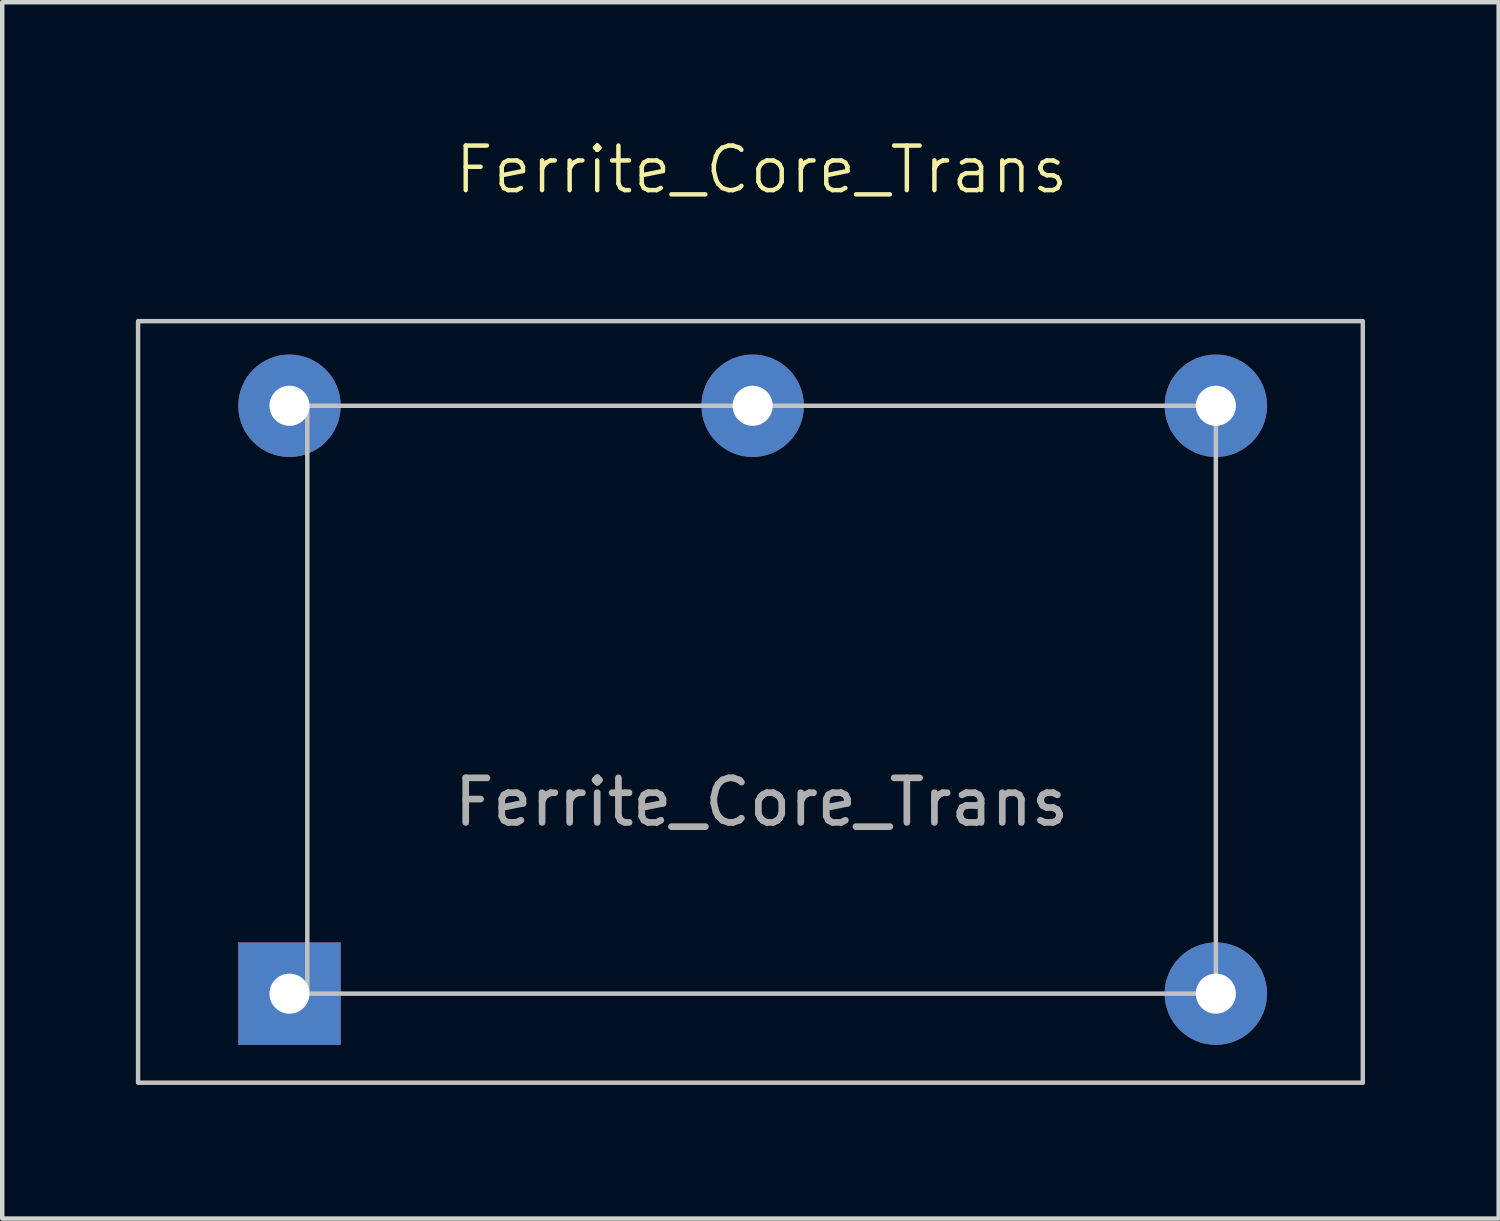
<source format=kicad_pcb>
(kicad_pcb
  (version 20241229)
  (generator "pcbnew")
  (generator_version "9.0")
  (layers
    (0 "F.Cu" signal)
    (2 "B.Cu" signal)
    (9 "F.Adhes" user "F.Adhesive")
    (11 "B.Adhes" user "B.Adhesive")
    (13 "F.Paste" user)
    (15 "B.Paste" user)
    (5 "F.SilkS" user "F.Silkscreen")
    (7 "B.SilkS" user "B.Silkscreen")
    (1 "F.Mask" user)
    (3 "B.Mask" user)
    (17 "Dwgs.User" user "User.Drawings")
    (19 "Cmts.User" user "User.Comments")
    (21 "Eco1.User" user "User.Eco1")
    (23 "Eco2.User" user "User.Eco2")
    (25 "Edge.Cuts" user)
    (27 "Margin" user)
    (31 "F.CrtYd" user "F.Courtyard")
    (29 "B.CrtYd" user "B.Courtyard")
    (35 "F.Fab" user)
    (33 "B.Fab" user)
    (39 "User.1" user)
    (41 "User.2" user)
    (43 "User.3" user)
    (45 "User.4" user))
  (footprint "Ferrite_Core_Trans"
    (layer "F.Cu")
    (at 14.05 12.861)
    (property "Reference" "Ferrite_Core_Trans" (at 0 -12.1 0) (unlocked yes) (layer "F.SilkS") (effects (font (size 1 1) (thickness 0.1))))
    (attr through_hole)
    (fp_rect (start -14 -8.7) (end 13.5 8.4) (stroke (width 0.1) (type default)) (fill no) (layer "Dwgs.User"))
    (fp_rect (start -10.2 -6.8) (end 10.2 6.4) (stroke (width 0.1) (type default)) (fill no) (layer "Dwgs.User"))
    (fp_text user "${REFERENCE}" (at 0 2.1 0) (layer "F.Fab") (effects (font (size 1 1) (thickness 0.15))))
    (pad "1" thru_hole rect (at -10.6 6.4) (size 2.3 2.3) (drill 0.9) (layers "*.Cu" "*.Mask"))
    (pad "2" thru_hole circle (at 10.2 6.4) (size 2.3 2.3) (drill 0.9) (layers "*.Cu" "*.Mask"))
    (pad "3" thru_hole circle (at 10.2 -6.8) (size 2.3 2.3) (drill 0.9) (layers "*.Cu" "*.Mask"))
    (pad "4" thru_hole circle (at -0.2 -6.8) (size 2.3 2.3) (drill 0.9) (layers "*.Cu" "*.Mask"))
    (pad "5" thru_hole circle (at -10.6 -6.8) (size 2.3 2.3) (drill 0.9) (layers "*.Cu" "*.Mask")))
  (gr_rect
    (start -3 -3)
    (end 30.6 24.311)
    (stroke (width 0.1) (type default))
    (fill no)
    (layer "Edge.Cuts")))
</source>
